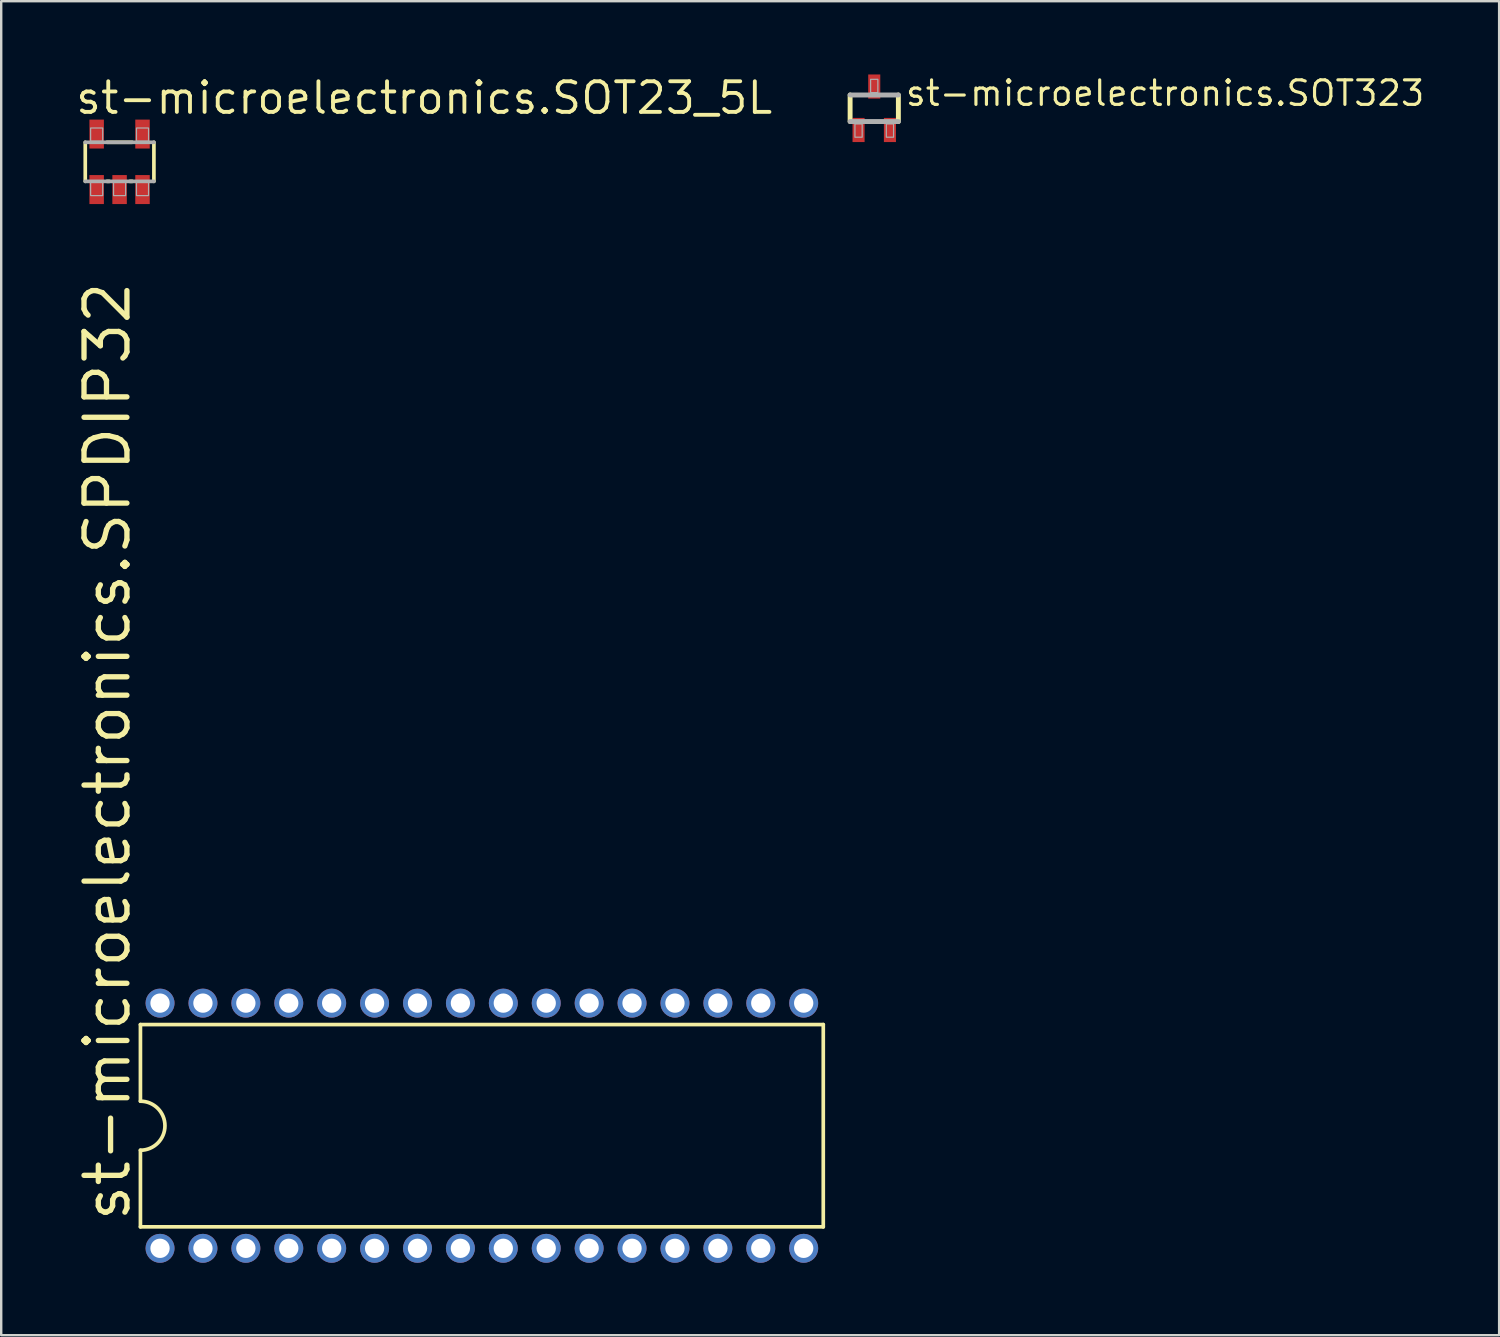
<source format=kicad_pcb>
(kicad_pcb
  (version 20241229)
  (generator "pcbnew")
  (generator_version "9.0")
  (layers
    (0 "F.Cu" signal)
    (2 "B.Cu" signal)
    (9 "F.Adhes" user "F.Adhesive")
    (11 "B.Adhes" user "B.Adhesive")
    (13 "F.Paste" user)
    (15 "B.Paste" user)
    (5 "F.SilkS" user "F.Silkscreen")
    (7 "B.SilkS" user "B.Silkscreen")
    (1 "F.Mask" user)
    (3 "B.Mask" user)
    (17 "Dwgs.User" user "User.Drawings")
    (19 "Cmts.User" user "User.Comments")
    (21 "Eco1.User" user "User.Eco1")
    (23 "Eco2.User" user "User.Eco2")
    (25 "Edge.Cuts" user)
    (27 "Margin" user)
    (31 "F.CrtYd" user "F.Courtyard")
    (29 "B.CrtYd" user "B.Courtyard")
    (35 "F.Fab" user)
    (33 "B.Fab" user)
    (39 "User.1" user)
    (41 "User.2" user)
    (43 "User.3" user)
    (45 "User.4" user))
  (footprint "st-microelectronics.SOT323"
    (layer "F.Cu")
    (at 33.175 1.436)
    (property "Reference" "st-microelectronics.SOT323" (at 1.225 -0.03 0) (layer "F.SilkS") (effects (font (size 1.016 1.016) (thickness 0.13)) (justify left bottom)))
    (attr smd)
    (fp_line (start -1 -0.55) (end -1 0.55) (stroke (width 0.203) (type default)) (layer "F.SilkS"))
    (fp_line (start 1 0.55) (end 1 -0.55) (stroke (width 0.203) (type default)) (layer "F.SilkS"))
    (fp_line (start -1 0.55) (end 1 0.55) (stroke (width 0.203) (type default)) (layer "F.Fab"))
    (fp_line (start 1 -0.55) (end -1 -0.55) (stroke (width 0.203) (type default)) (layer "F.Fab"))
    (fp_rect (start -0.8 1.2) (end -0.5 0.65) (stroke (width 0.05) (type default)) (fill no) (layer "F.Fab"))
    (fp_rect (start -0.15 -0.65) (end 0.15 -1.2) (stroke (width 0.05) (type default)) (fill no) (layer "F.Fab"))
    (fp_rect (start 0.5 1.2) (end 0.8 0.65) (stroke (width 0.05) (type default)) (fill no) (layer "F.Fab"))
    (pad "1" smd roundrect (at 0 -0.9) (size 0.5 1) (layers "F.Cu" "F.Mask" "F.Paste") (roundrect_rratio 0.01))
    (pad "2" smd roundrect (at -0.65 0.9) (size 0.5 1) (layers "F.Cu" "F.Mask" "F.Paste") (roundrect_rratio 0.01))
    (pad "3" smd roundrect (at 0.65 0.9) (size 0.5 1) (layers "F.Cu" "F.Mask" "F.Paste") (roundrect_rratio 0.01)))
  (footprint "st-microelectronics.SPDIP32"
    (layer "F.Cu")
    (at 16.916 43.595)
    (property "Reference" "st-microelectronics.SPDIP32" (at -14.478 4.064 90) (layer "F.SilkS") (effects (font (size 1.778 1.778) (thickness 0.22)) (justify left bottom)))
    (attr through_hole)
    (fp_line (start -14.147 -4.191) (end -14.147 -1.016) (stroke (width 0.152) (type default)) (layer "F.SilkS"))
    (fp_line (start -14.147 4.191) (end -14.147 1.016) (stroke (width 0.152) (type default)) (layer "F.SilkS"))
    (fp_line (start -14.147 4.191) (end 14.147 4.191) (stroke (width 0.152) (type default)) (layer "F.SilkS"))
    (fp_line (start 14.147 -4.191) (end -14.147 -4.191) (stroke (width 0.152) (type default)) (layer "F.SilkS"))
    (fp_line (start 14.147 -4.191) (end 14.147 4.191) (stroke (width 0.152) (type default)) (layer "F.SilkS"))
    (fp_arc (start -14.147 -1.016) (mid -13.131 0) (end -14.147 1.016) (stroke (width 0.1524) (type default)) (layer "F.SilkS"))
    (pad "1" thru_hole circle (at -13.335 5.08 90) (size 1.2 1.2) (drill 0.8) (layers "*.Cu" "*.Mask"))
    (pad "2" thru_hole circle (at -11.557 5.08 90) (size 1.2 1.2) (drill 0.8) (layers "*.Cu" "*.Mask"))
    (pad "3" thru_hole circle (at -9.779 5.08 90) (size 1.2 1.2) (drill 0.8) (layers "*.Cu" "*.Mask"))
    (pad "4" thru_hole circle (at -8.001 5.08 90) (size 1.2 1.2) (drill 0.8) (layers "*.Cu" "*.Mask"))
    (pad "5" thru_hole circle (at -6.223 5.08 90) (size 1.2 1.2) (drill 0.8) (layers "*.Cu" "*.Mask"))
    (pad "6" thru_hole circle (at -4.445 5.08 90) (size 1.2 1.2) (drill 0.8) (layers "*.Cu" "*.Mask"))
    (pad "7" thru_hole circle (at -2.667 5.08 90) (size 1.2 1.2) (drill 0.8) (layers "*.Cu" "*.Mask"))
    (pad "8" thru_hole circle (at -0.889 5.08 90) (size 1.2 1.2) (drill 0.8) (layers "*.Cu" "*.Mask"))
    (pad "9" thru_hole circle (at 0.889 5.08 90) (size 1.2 1.2) (drill 0.8) (layers "*.Cu" "*.Mask"))
    (pad "10" thru_hole circle (at 2.667 5.08 90) (size 1.2 1.2) (drill 0.8) (layers "*.Cu" "*.Mask"))
    (pad "11" thru_hole circle (at 4.445 5.08 90) (size 1.2 1.2) (drill 0.8) (layers "*.Cu" "*.Mask"))
    (pad "12" thru_hole circle (at 6.223 5.08 90) (size 1.2 1.2) (drill 0.8) (layers "*.Cu" "*.Mask"))
    (pad "13" thru_hole circle (at 8.001 5.08 90) (size 1.2 1.2) (drill 0.8) (layers "*.Cu" "*.Mask"))
    (pad "14" thru_hole circle (at 9.779 5.08 90) (size 1.2 1.2) (drill 0.8) (layers "*.Cu" "*.Mask"))
    (pad "15" thru_hole circle (at 11.557 5.08 90) (size 1.2 1.2) (drill 0.8) (layers "*.Cu" "*.Mask"))
    (pad "16" thru_hole circle (at 13.335 5.08 90) (size 1.2 1.2) (drill 0.8) (layers "*.Cu" "*.Mask"))
    (pad "17" thru_hole circle (at 13.335 -5.08 90) (size 1.2 1.2) (drill 0.8) (layers "*.Cu" "*.Mask"))
    (pad "18" thru_hole circle (at 11.557 -5.08 90) (size 1.2 1.2) (drill 0.8) (layers "*.Cu" "*.Mask"))
    (pad "19" thru_hole circle (at 9.779 -5.08 90) (size 1.2 1.2) (drill 0.8) (layers "*.Cu" "*.Mask"))
    (pad "20" thru_hole circle (at 8.001 -5.08 90) (size 1.2 1.2) (drill 0.8) (layers "*.Cu" "*.Mask"))
    (pad "21" thru_hole circle (at 6.223 -5.08 90) (size 1.2 1.2) (drill 0.8) (layers "*.Cu" "*.Mask"))
    (pad "22" thru_hole circle (at 4.445 -5.08 90) (size 1.2 1.2) (drill 0.8) (layers "*.Cu" "*.Mask"))
    (pad "23" thru_hole circle (at 2.667 -5.08 90) (size 1.2 1.2) (drill 0.8) (layers "*.Cu" "*.Mask"))
    (pad "24" thru_hole circle (at 0.889 -5.08 90) (size 1.2 1.2) (drill 0.8) (layers "*.Cu" "*.Mask"))
    (pad "25" thru_hole circle (at -0.889 -5.08 90) (size 1.2 1.2) (drill 0.8) (layers "*.Cu" "*.Mask"))
    (pad "26" thru_hole circle (at -2.667 -5.08 90) (size 1.2 1.2) (drill 0.8) (layers "*.Cu" "*.Mask"))
    (pad "27" thru_hole circle (at -4.445 -5.08 90) (size 1.2 1.2) (drill 0.8) (layers "*.Cu" "*.Mask"))
    (pad "28" thru_hole circle (at -6.223 -5.08 90) (size 1.2 1.2) (drill 0.8) (layers "*.Cu" "*.Mask"))
    (pad "29" thru_hole circle (at -8.001 -5.08 90) (size 1.2 1.2) (drill 0.8) (layers "*.Cu" "*.Mask"))
    (pad "30" thru_hole circle (at -9.779 -5.08 90) (size 1.2 1.2) (drill 0.8) (layers "*.Cu" "*.Mask"))
    (pad "31" thru_hole circle (at -11.557 -5.08 90) (size 1.2 1.2) (drill 0.8) (layers "*.Cu" "*.Mask"))
    (pad "32" thru_hole circle (at -13.335 -5.08 90) (size 1.2 1.2) (drill 0.8) (layers "*.Cu" "*.Mask")))
  (footprint "st-microelectronics.SOT23_5L"
    (layer "F.Cu")
    (at 1.905 3.655)
    (property "Reference" "st-microelectronics.SOT23_5L" (at -1.905 -1.905 0) (layer "F.SilkS") (effects (font (size 1.27 1.27) (thickness 0.16)) (justify left bottom)))
    (attr smd)
    (fp_rect (start -1.288 -0.5) (end -0.613 -1.812) (stroke (width 0.05) (type default)) (fill yes) (layer "F.Mask"))
    (fp_rect (start -1.288 1.812) (end -0.613 0.5) (stroke (width 0.05) (type default)) (fill yes) (layer "F.Mask"))
    (fp_rect (start -0.338 1.812) (end 0.338 0.5) (stroke (width 0.05) (type default)) (fill yes) (layer "F.Mask"))
    (fp_rect (start 0.613 -0.5) (end 1.288 -1.812) (stroke (width 0.05) (type default)) (fill yes) (layer "F.Mask"))
    (fp_rect (start 0.613 1.812) (end 1.288 0.5) (stroke (width 0.05) (type default)) (fill yes) (layer "F.Mask"))
    (fp_line (start -1.422 0.81) (end -1.422 -0.81) (stroke (width 0.152) (type default)) (layer "F.SilkS"))
    (fp_line (start -0.522 -0.81) (end 0.522 -0.81) (stroke (width 0.152) (type default)) (layer "F.SilkS"))
    (fp_line (start -0.428 0.81) (end -0.522 0.81) (stroke (width 0.152) (type default)) (layer "F.SilkS"))
    (fp_line (start 0.522 0.81) (end 0.428 0.81) (stroke (width 0.152) (type default)) (layer "F.SilkS"))
    (fp_line (start 1.422 -0.81) (end 1.422 0.81) (stroke (width 0.152) (type default)) (layer "F.SilkS"))
    (fp_rect (start -1.212 -0.588) (end -0.688 -1.712) (stroke (width 0.05) (type default)) (fill yes) (layer "F.Paste"))
    (fp_rect (start -1.212 1.712) (end -0.688 0.588) (stroke (width 0.05) (type default)) (fill yes) (layer "F.Paste"))
    (fp_rect (start -0.263 1.712) (end 0.263 0.588) (stroke (width 0.05) (type default)) (fill yes) (layer "F.Paste"))
    (fp_rect (start 0.688 -0.588) (end 1.212 -1.712) (stroke (width 0.05) (type default)) (fill yes) (layer "F.Paste"))
    (fp_rect (start 0.688 1.712) (end 1.212 0.588) (stroke (width 0.05) (type default)) (fill yes) (layer "F.Paste"))
    (fp_line (start -1.422 -0.81) (end 1.422 -0.81) (stroke (width 0.152) (type default)) (layer "F.Fab"))
    (fp_line (start 1.422 0.81) (end -1.422 0.81) (stroke (width 0.152) (type default)) (layer "F.Fab"))
    (fp_rect (start -1.2 -0.85) (end -0.7 -1.4) (stroke (width 0.05) (type default)) (fill no) (layer "F.Fab"))
    (fp_rect (start -1.2 1.4) (end -0.7 0.85) (stroke (width 0.05) (type default)) (fill no) (layer "F.Fab"))
    (fp_rect (start -0.25 1.4) (end 0.25 0.85) (stroke (width 0.05) (type default)) (fill no) (layer "F.Fab"))
    (fp_rect (start 0.7 -0.85) (end 1.2 -1.4) (stroke (width 0.05) (type default)) (fill no) (layer "F.Fab"))
    (fp_rect (start 0.7 1.4) (end 1.2 0.85) (stroke (width 0.05) (type default)) (fill no) (layer "F.Fab"))
    (pad "1" smd roundrect (at -0.95 1.15) (size 0.6 1.2) (layers "F.Cu" "F.Mask" "F.Paste") (roundrect_rratio 0.01))
    (pad "2" smd roundrect (at 0 1.15) (size 0.6 1.2) (layers "F.Cu" "F.Mask" "F.Paste") (roundrect_rratio 0.01))
    (pad "3" smd roundrect (at 0.95 1.15) (size 0.6 1.2) (layers "F.Cu" "F.Mask" "F.Paste") (roundrect_rratio 0.01))
    (pad "4" smd roundrect (at 0.95 -1.15) (size 0.6 1.2) (layers "F.Cu" "F.Mask" "F.Paste") (roundrect_rratio 0.01))
    (pad "5" smd roundrect (at -0.95 -1.15) (size 0.6 1.2) (layers "F.Cu" "F.Mask" "F.Paste") (roundrect_rratio 0.01)))
  (gr_rect
    (start -3 -3)
    (end 59.068 52.275)
    (stroke (width 0.1) (type default))
    (fill no)
    (layer "Edge.Cuts")))
</source>
